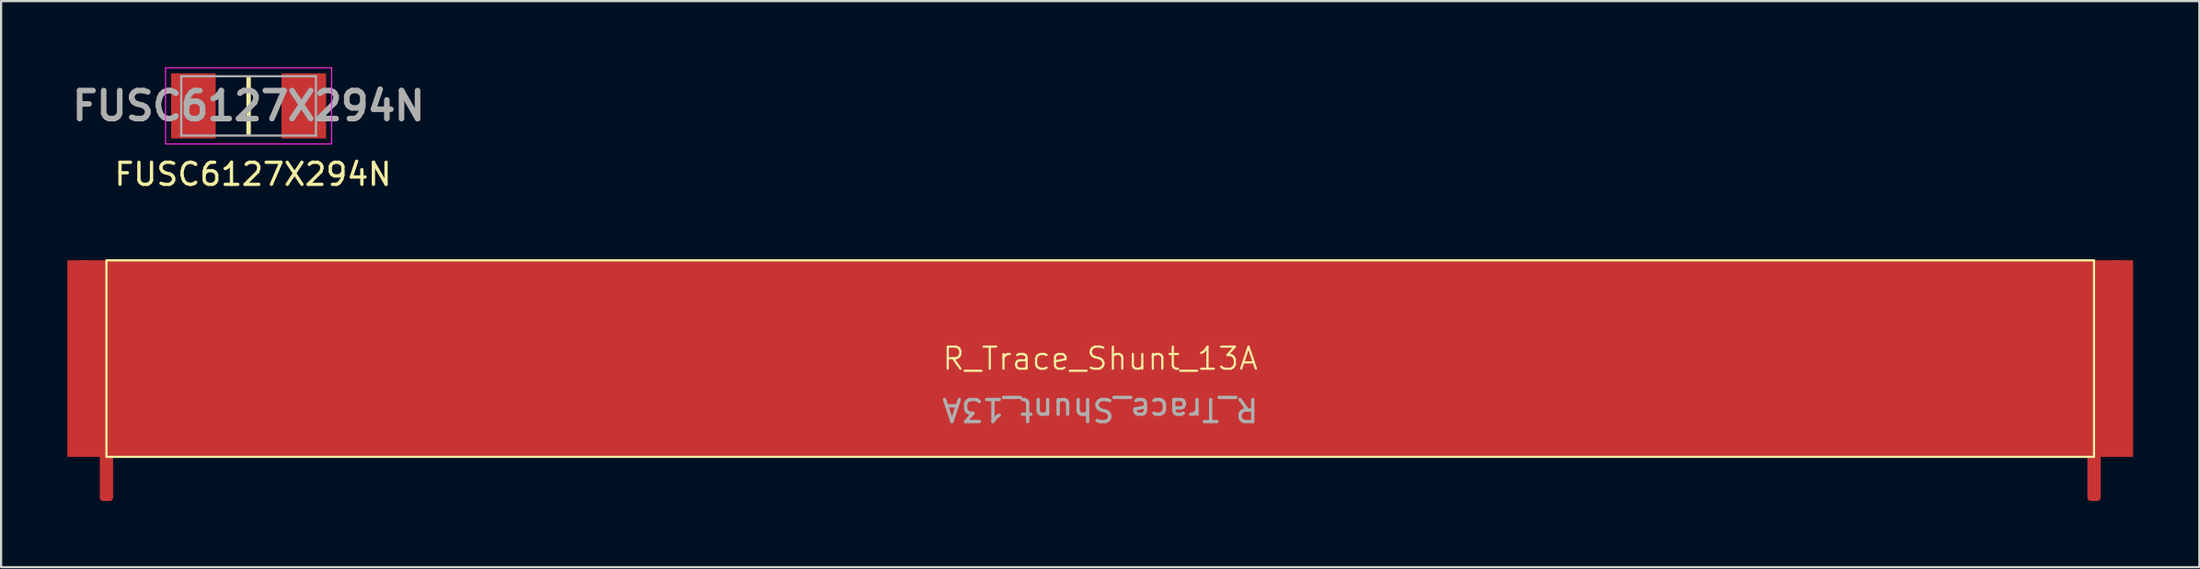
<source format=kicad_pcb>
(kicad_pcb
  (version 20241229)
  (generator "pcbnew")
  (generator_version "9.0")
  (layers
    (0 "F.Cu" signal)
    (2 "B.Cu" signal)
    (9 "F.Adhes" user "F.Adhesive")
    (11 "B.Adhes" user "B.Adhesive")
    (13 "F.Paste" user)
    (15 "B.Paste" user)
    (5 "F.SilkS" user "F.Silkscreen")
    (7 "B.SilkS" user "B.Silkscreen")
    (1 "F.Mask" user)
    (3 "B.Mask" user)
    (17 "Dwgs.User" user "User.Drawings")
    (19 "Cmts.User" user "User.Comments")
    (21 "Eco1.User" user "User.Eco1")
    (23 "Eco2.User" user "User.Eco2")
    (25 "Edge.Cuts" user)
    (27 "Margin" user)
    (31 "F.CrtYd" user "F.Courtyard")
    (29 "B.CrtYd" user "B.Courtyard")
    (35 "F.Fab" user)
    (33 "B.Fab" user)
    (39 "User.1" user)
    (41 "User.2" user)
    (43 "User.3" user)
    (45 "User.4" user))
  (footprint "R_Trace_Shunt_13A"
    (layer "F.Cu")
    (at 46.77 13.203)
    (property "Reference" "R_Trace_Shunt_13A" (at 0 0 0) (unlocked yes) (layer "F.SilkS") (effects (font (size 1 1) (thickness 0.1))))
    (attr smd)
    (fp_rect (start 46.27 4.455) (end -46.27 -4.455) (stroke (width 0) (type solid)) (fill yes) (layer "F.Cu"))
    (fp_rect (start 45 4.455) (end -45 -4.455) (stroke (width 0.1) (type default)) (fill no) (layer "F.SilkS"))
    (fp_text user "${REFERENCE}" (at 0 2.31 180) (unlocked yes) (layer "F.Fab") (effects (font (size 1 1) (thickness 0.15))))
    (pad "1" smd rect (at -46.27 0 180) (size 1 8.91) (layers "F.Cu" "F.Mask" "F.Paste"))
    (pad "2" smd roundrect (at -45 5.455 270) (size 2 0.6) (layers "F.Cu" "F.Mask" "F.Paste") (roundrect_rratio 0.25) (chamfer_ratio 0) (chamfer top_left bottom_left))
    (pad "3" smd roundrect (at 45 5.455 270) (size 2 0.6) (layers "F.Cu" "F.Mask" "F.Paste") (roundrect_rratio 0.25) (chamfer_ratio 0) (chamfer top_left bottom_left))
    (pad "4" smd rect (at 46.27 0 180) (size 1 8.91) (layers "F.Cu" "F.Mask" "F.Paste")))
  (footprint "FUSC6127X294N"
    (layer "F.Cu")
    (at 8.207 1.75)
    (property "Reference" "FUSC6127X294N" (at 0.2 3.1 0) (layer "F.SilkS") (effects (font (size 1 1) (thickness 0.15))))
    (attr smd)
    (fp_line (start 0 -1.245) (end 0 1.245) (stroke (width 0.2) (type solid)) (layer "F.SilkS"))
    (fp_line (start -3.76 -1.725) (end 3.76 -1.725) (stroke (width 0.05) (type solid)) (layer "F.CrtYd"))
    (fp_line (start -3.76 1.725) (end -3.76 -1.725) (stroke (width 0.05) (type solid)) (layer "F.CrtYd"))
    (fp_line (start 3.76 -1.725) (end 3.76 1.725) (stroke (width 0.05) (type solid)) (layer "F.CrtYd"))
    (fp_line (start 3.76 1.725) (end -3.76 1.725) (stroke (width 0.05) (type solid)) (layer "F.CrtYd"))
    (fp_line (start -3.05 -1.345) (end 3.05 -1.345) (stroke (width 0.1) (type solid)) (layer "F.Fab"))
    (fp_line (start -3.05 1.345) (end -3.05 -1.345) (stroke (width 0.1) (type solid)) (layer "F.Fab"))
    (fp_line (start 3.05 -1.345) (end 3.05 1.345) (stroke (width 0.1) (type solid)) (layer "F.Fab"))
    (fp_line (start 3.05 1.345) (end -3.05 1.345) (stroke (width 0.1) (type solid)) (layer "F.Fab"))
    (fp_text user "${REFERENCE}" (at 0 0 0) (layer "F.Fab") (effects (font (size 1.27 1.27) (thickness 0.254))))
    (pad "1" smd rect (at -2.5 0) (size 2.02 2.95) (layers "F.Cu" "F.Mask" "F.Paste"))
    (pad "2" smd rect (at 2.5 0) (size 2.02 2.95) (layers "F.Cu" "F.Mask" "F.Paste")))
  (gr_rect
    (start -3 -3)
    (end 96.54 22.658)
    (stroke (width 0.1) (type default))
    (fill no)
    (layer "Edge.Cuts")))
</source>
